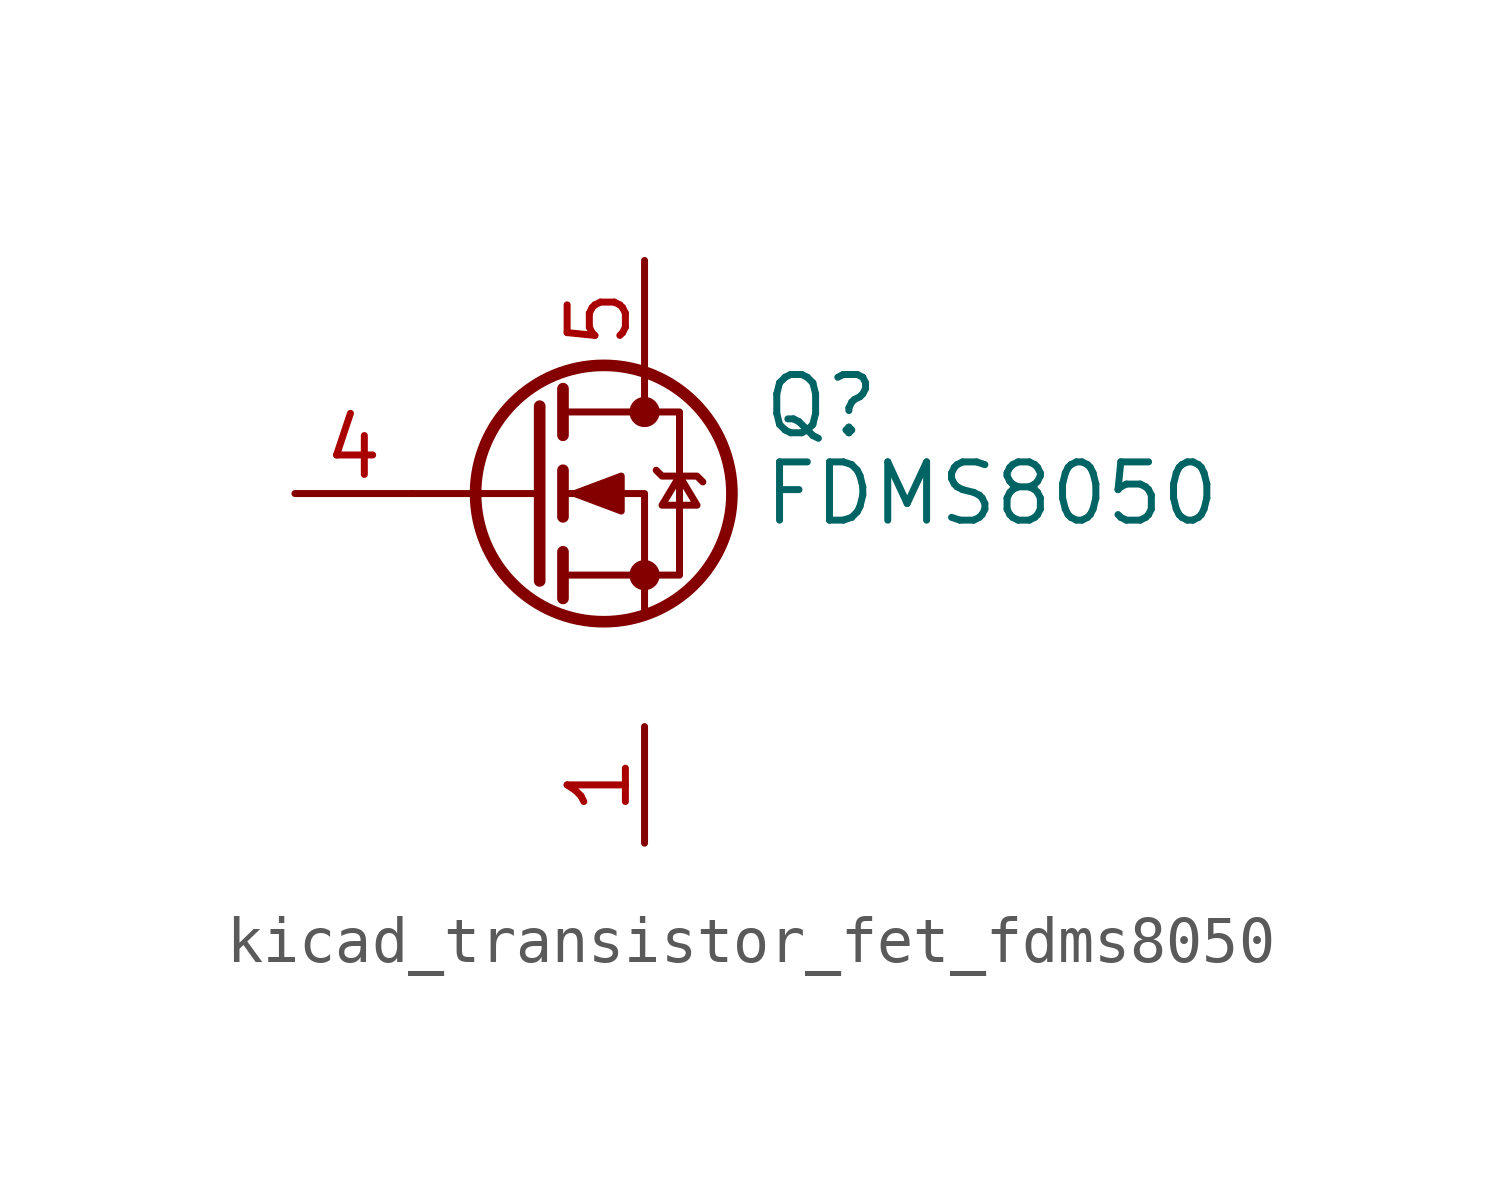
<source format=kicad_sym>
(kicad_symbol_lib
  (version 20220914)
  (generator kicad_symbol_editor)
  (symbol "kicad_transistor_fet_fdms8050"
    (pin_names hide)
    (property "Reference" "Q"
      (at 5.08 1.905 0)
      (effects (font (size 1.27 1.27)) (justify left)))
    (property "Value" "FDMS8050"
      (at 5.08 0 0)
      (effects (font (size 1.27 1.27)) (justify left)))
    (symbol "kicad_transistor_fet_fdms8050_0_1"
      (polyline (pts (xy 0.254 0) (xy -2.54 0)) (stroke (width 0) (type default)) (fill (type none)))
      (polyline (pts (xy 0.254 1.905) (xy 0.254 -1.905)) (stroke (width 0.254) (type default)) (fill (type none)))
      (polyline (pts (xy 0.762 -1.27) (xy 0.762 -2.286)) (stroke (width 0.254) (type default)) (fill (type none)))
      (polyline (pts (xy 0.762 0.508) (xy 0.762 -0.508)) (stroke (width 0.254) (type default)) (fill (type none)))
      (polyline (pts (xy 0.762 2.286) (xy 0.762 1.27)) (stroke (width 0.254) (type default)) (fill (type none)))
      (polyline (pts (xy 2.54 2.54) (xy 2.54 1.778)) (stroke (width 0) (type default)) (fill (type none)))
      (polyline (pts (xy 2.54 -2.54) (xy 2.54 0) (xy 0.762 0)) (stroke (width 0) (type default)) (fill (type none)))
      (polyline (pts (xy 0.762 -1.778) (xy 3.302 -1.778) (xy 3.302 1.778) (xy 0.762 1.778)) (stroke (width 0) (type default)) (fill (type none)))
      (polyline (pts (xy 1.016 0) (xy 2.032 0.381) (xy 2.032 -0.381) (xy 1.016 0)) (stroke (width 0) (type default)) (fill (type outline)))
      (polyline (pts (xy 2.794 0.508) (xy 2.921 0.381) (xy 3.683 0.381) (xy 3.81 0.254)) (stroke (width 0) (type default)) (fill (type none)))
      (polyline (pts (xy 3.302 0.381) (xy 2.921 -0.254) (xy 3.683 -0.254) (xy 3.302 0.381)) (stroke (width 0) (type default)) (fill (type none)))
      (circle (center 1.651 0) (radius 2.794) (stroke (width 0.254) (type default)) (fill (type none)))
      (circle (center 2.54 -1.778) (radius 0.254) (stroke (width 0) (type default)) (fill (type outline)))
      (circle (center 2.54 1.778) (radius 0.254) (stroke (width 0) (type default)) (fill (type outline))))
    (symbol "kicad_transistor_fet_fdms8050_1_1"
      (pin passive line (at 2.54 -5.08 270) (length 2.54) (name "S" (effects (font (size 1.27 1.27)))) (number "1" (effects (font (size 1.27 1.27)))))
      (pin passive line (at 2.54 -5.08 270) (length 2.54) hide (name "S" (effects (font (size 1.27 1.27)))) (number "2" (effects (font (size 1.27 1.27)))))
      (pin passive line (at 2.54 -5.08 90) (length 2.54) hide (name "S" (effects (font (size 1.27 1.27)))) (number "3" (effects (font (size 1.27 1.27)))))
      (pin passive line (at -5.08 0 0) (length 2.54) (name "G" (effects (font (size 1.27 1.27)))) (number "4" (effects (font (size 1.27 1.27)))))
      (pin passive line (at 2.54 5.08 270) (length 2.54) (name "D" (effects (font (size 1.27 1.27)))) (number "5" (effects (font (size 1.27 1.27))))))))
</source>
